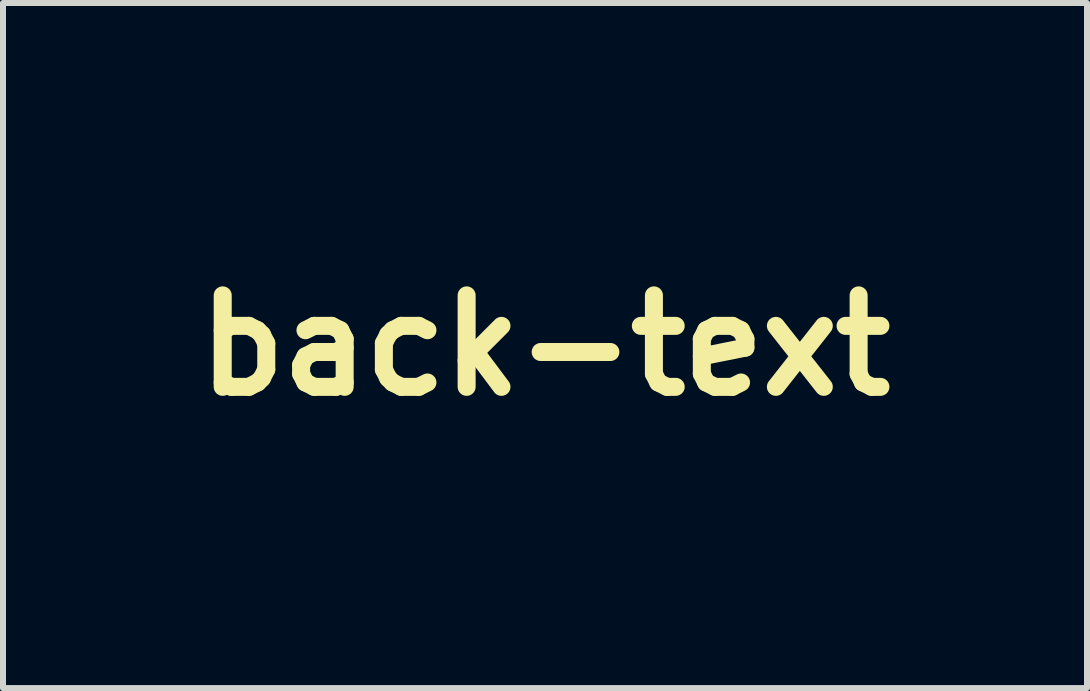
<source format=kicad_pcb>
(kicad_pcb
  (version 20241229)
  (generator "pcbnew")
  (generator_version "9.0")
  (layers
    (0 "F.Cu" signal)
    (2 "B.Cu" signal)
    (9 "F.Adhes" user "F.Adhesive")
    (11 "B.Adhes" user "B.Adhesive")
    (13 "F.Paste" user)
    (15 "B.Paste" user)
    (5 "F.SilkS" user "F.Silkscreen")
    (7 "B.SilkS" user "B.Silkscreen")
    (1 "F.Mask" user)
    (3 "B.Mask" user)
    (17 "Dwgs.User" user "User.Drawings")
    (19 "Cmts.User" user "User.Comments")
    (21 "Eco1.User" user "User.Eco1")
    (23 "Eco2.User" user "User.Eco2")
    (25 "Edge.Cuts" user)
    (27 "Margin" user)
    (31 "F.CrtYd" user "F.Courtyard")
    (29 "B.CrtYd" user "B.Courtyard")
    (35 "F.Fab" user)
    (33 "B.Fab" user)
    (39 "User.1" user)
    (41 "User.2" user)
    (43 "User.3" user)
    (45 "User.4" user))
  (footprint "back-text"
    (layer "F.Cu")
    (at 6.031 2.706)
    (property "Reference" "back-text" (at 0 0 0) (layer "F.SilkS") (effects (font (size 1.524 1.524) (thickness 0.3))))
    (attr through_hole)
    (fp_poly (pts (xy -0.144 -0.366) (xy -0.26 -0.366) (xy -0.26 -0.636) (xy -0.821 -0.636) (xy -0.821 -0.366) (xy -0.939 -0.366) (xy -0.939 -0.772) (xy -0.26 -0.772) (xy -0.26 -1.032) (xy -0.144 -1.032) (xy -0.144 -0.366)) (stroke (width 0.01) (type solid)) (fill yes) (layer "F.Mask"))
    (fp_poly (pts (xy -0.144 1.79) (xy -0.26 1.79) (xy -0.26 1.52) (xy -0.54 1.52) (xy -0.82 1.52) (xy -0.821 1.79) (xy -0.939 1.79) (xy -0.939 1.385) (xy -0.26 1.385) (xy -0.26 1.125) (xy -0.144 1.125) (xy -0.144 1.79)) (stroke (width 0.01) (type solid)) (fill yes) (layer "F.Mask"))
    (fp_poly (pts (xy -1.131 1.376) (xy -1.119 1.38) (xy -1.108 1.385) (xy -1.098 1.391) (xy -1.089 1.399) (xy -1.083 1.408) (xy -1.078 1.417) (xy -1.074 1.428) (xy -1.072 1.439) (xy -1.071 1.452) (xy -1.071 1.465) (xy -1.072 1.477) (xy -1.074 1.486) (xy -1.078 1.498) (xy -1.084 1.508) (xy -1.092 1.517) (xy -1.101 1.525) (xy -1.112 1.531) (xy -1.124 1.535) (xy -1.124 1.535) (xy -1.13 1.536) (xy -1.138 1.537) (xy -1.147 1.537) (xy -1.155 1.537) (xy -1.163 1.537) (xy -1.166 1.536) (xy -1.178 1.533) (xy -1.189 1.528) (xy -1.199 1.522) (xy -1.208 1.514) (xy -1.215 1.506) (xy -1.218 1.499) (xy -1.222 1.492) (xy -1.224 1.484) (xy -1.226 1.477) (xy -1.226 1.468) (xy -1.227 1.458) (xy -1.227 1.456) (xy -1.226 1.444) (xy -1.225 1.434) (xy -1.223 1.424) (xy -1.22 1.416) (xy -1.215 1.409) (xy -1.209 1.401) (xy -1.206 1.398) (xy -1.196 1.39) (xy -1.187 1.384) (xy -1.177 1.38) (xy -1.171 1.378) (xy -1.158 1.376) (xy -1.144 1.375) (xy -1.131 1.376)) (stroke (width 0.01) (type solid)) (fill yes) (layer "F.Mask"))
    (fp_poly (pts (xy -1.135 -0.781) (xy -1.125 -0.779) (xy -1.115 -0.775) (xy -1.11 -0.773) (xy -1.099 -0.767) (xy -1.09 -0.759) (xy -1.083 -0.749) (xy -1.077 -0.738) (xy -1.073 -0.726) (xy -1.073 -0.725) (xy -1.072 -0.718) (xy -1.071 -0.709) (xy -1.071 -0.7) (xy -1.071 -0.691) (xy -1.072 -0.682) (xy -1.073 -0.675) (xy -1.073 -0.673) (xy -1.078 -0.661) (xy -1.083 -0.65) (xy -1.091 -0.641) (xy -1.1 -0.633) (xy -1.11 -0.627) (xy -1.119 -0.623) (xy -1.123 -0.622) (xy -1.127 -0.621) (xy -1.131 -0.621) (xy -1.135 -0.62) (xy -1.142 -0.62) (xy -1.145 -0.62) (xy -1.155 -0.62) (xy -1.162 -0.62) (xy -1.168 -0.621) (xy -1.168 -0.621) (xy -1.181 -0.625) (xy -1.193 -0.631) (xy -1.203 -0.638) (xy -1.211 -0.647) (xy -1.218 -0.657) (xy -1.223 -0.669) (xy -1.224 -0.673) (xy -1.226 -0.681) (xy -1.227 -0.689) (xy -1.227 -0.698) (xy -1.227 -0.708) (xy -1.226 -0.717) (xy -1.225 -0.724) (xy -1.224 -0.726) (xy -1.22 -0.738) (xy -1.215 -0.748) (xy -1.208 -0.757) (xy -1.199 -0.765) (xy -1.198 -0.766) (xy -1.187 -0.773) (xy -1.176 -0.777) (xy -1.163 -0.78) (xy -1.15 -0.781) (xy -1.147 -0.781) (xy -1.135 -0.781)) (stroke (width 0.01) (type solid)) (fill yes) (layer "F.Mask"))
    (fp_poly (pts (xy -0.216 -0.149) (xy -0.201 -0.146) (xy -0.188 -0.142) (xy -0.176 -0.135) (xy -0.164 -0.127) (xy -0.157 -0.12) (xy -0.148 -0.109) (xy -0.141 -0.097) (xy -0.135 -0.083) (xy -0.132 -0.068) (xy -0.13 -0.051) (xy -0.13 -0.042) (xy -0.131 -0.025) (xy -0.133 -0.01) (xy -0.138 0.005) (xy -0.144 0.018) (xy -0.152 0.029) (xy -0.162 0.039) (xy -0.173 0.048) (xy -0.182 0.053) (xy -0.189 0.056) (xy -0.196 0.059) (xy -0.202 0.061) (xy -0.21 0.062) (xy -0.218 0.063) (xy -0.228 0.063) (xy -0.229 0.063) (xy -0.237 0.063) (xy -0.243 0.063) (xy -0.248 0.063) (xy -0.252 0.062) (xy -0.256 0.062) (xy -0.258 0.061) (xy -0.272 0.057) (xy -0.284 0.052) (xy -0.291 0.048) (xy -0.303 0.039) (xy -0.313 0.029) (xy -0.321 0.018) (xy -0.327 0.006) (xy -0.332 -0.008) (xy -0.333 -0.01) (xy -0.334 -0.014) (xy -0.334 -0.018) (xy -0.335 -0.021) (xy -0.335 -0.025) (xy -0.335 -0.031) (xy -0.336 -0.037) (xy -0.336 -0.042) (xy -0.336 -0.05) (xy -0.335 -0.056) (xy -0.335 -0.061) (xy -0.335 -0.065) (xy -0.334 -0.068) (xy -0.333 -0.072) (xy -0.333 -0.075) (xy -0.329 -0.087) (xy -0.324 -0.097) (xy -0.319 -0.107) (xy -0.315 -0.112) (xy -0.305 -0.123) (xy -0.293 -0.132) (xy -0.281 -0.14) (xy -0.267 -0.145) (xy -0.252 -0.148) (xy -0.236 -0.15) (xy -0.232 -0.15) (xy -0.216 -0.149)) (stroke (width 0.01) (type solid)) (fill yes) (layer "F.Mask"))
    (fp_poly (pts (xy 1.214 0.671) (xy 0.814 0.879) (xy 0.414 1.087) (xy 0.58 1.087) (xy 0.604 1.087) (xy 0.628 1.087) (xy 0.655 1.088) (xy 0.682 1.088) (xy 0.711 1.088) (xy 0.74 1.088) (xy 0.768 1.088) (xy 0.797 1.088) (xy 0.825 1.088) (xy 0.851 1.088) (xy 0.877 1.088) (xy 0.901 1.088) (xy 0.911 1.088) (xy 0.931 1.088) (xy 0.952 1.088) (xy 0.973 1.088) (xy 0.994 1.088) (xy 1.014 1.088) (xy 1.034 1.088) (xy 1.053 1.088) (xy 1.072 1.089) (xy 1.089 1.089) (xy 1.105 1.089) (xy 1.119 1.089) (xy 1.131 1.089) (xy 1.142 1.089) (xy 1.144 1.089) (xy 1.214 1.09) (xy 1.214 1.226) (xy 0.144 1.226) (xy 0.144 1.088) (xy 0.543 0.881) (xy 0.942 0.673) (xy 0.863 0.673) (xy 0.851 0.672) (xy 0.838 0.672) (xy 0.822 0.672) (xy 0.805 0.672) (xy 0.787 0.672) (xy 0.768 0.672) (xy 0.748 0.672) (xy 0.727 0.672) (xy 0.707 0.672) (xy 0.686 0.672) (xy 0.666 0.672) (xy 0.646 0.672) (xy 0.64 0.672) (xy 0.621 0.672) (xy 0.599 0.672) (xy 0.576 0.672) (xy 0.552 0.672) (xy 0.527 0.671) (xy 0.501 0.671) (xy 0.474 0.671) (xy 0.447 0.671) (xy 0.421 0.671) (xy 0.395 0.671) (xy 0.369 0.671) (xy 0.345 0.671) (xy 0.322 0.671) (xy 0.32 0.671) (xy 0.144 0.67) (xy 0.144 0.533) (xy 1.214 0.533) (xy 1.214 0.671)) (stroke (width 0.01) (type solid)) (fill yes) (layer "F.Mask"))
    (fp_poly (pts (xy -1.211 -2.701) (xy -1.208 -2.699) (xy -1.203 -2.697) (xy -1.196 -2.695) (xy -1.187 -2.691) (xy -1.176 -2.687) (xy -1.163 -2.682) (xy -1.149 -2.677) (xy -1.133 -2.671) (xy -1.116 -2.664) (xy -1.097 -2.657) (xy -1.077 -2.649) (xy -1.055 -2.641) (xy -1.032 -2.632) (xy -1.007 -2.623) (xy -0.982 -2.613) (xy -0.955 -2.603) (xy -0.927 -2.592) (xy -0.899 -2.581) (xy -0.869 -2.569) (xy -0.838 -2.558) (xy -0.807 -2.546) (xy -0.774 -2.533) (xy -0.741 -2.521) (xy -0.708 -2.508) (xy -0.673 -2.494) (xy -0.639 -2.481) (xy -0.632 -2.479) (xy -0.053 -2.256) (xy -0.052 -2.195) (xy -0.052 -2.184) (xy -0.052 -2.173) (xy -0.052 -2.163) (xy -0.052 -2.155) (xy -0.052 -2.147) (xy -0.053 -2.141) (xy -0.053 -2.137) (xy -0.053 -2.135) (xy -0.053 -2.135) (xy -0.054 -2.135) (xy -0.057 -2.136) (xy -0.062 -2.138) (xy -0.069 -2.141) (xy -0.078 -2.144) (xy -0.089 -2.149) (xy -0.102 -2.153) (xy -0.116 -2.159) (xy -0.132 -2.165) (xy -0.149 -2.172) (xy -0.168 -2.179) (xy -0.188 -2.187) (xy -0.21 -2.195) (xy -0.233 -2.204) (xy -0.257 -2.213) (xy -0.283 -2.223) (xy -0.31 -2.233) (xy -0.337 -2.244) (xy -0.366 -2.255) (xy -0.396 -2.266) (xy -0.427 -2.278) (xy -0.458 -2.29) (xy -0.49 -2.303) (xy -0.523 -2.316) (xy -0.557 -2.328) (xy -0.591 -2.342) (xy -0.626 -2.355) (xy -0.633 -2.358) (xy -1.212 -2.581) (xy -1.213 -2.641) (xy -1.213 -2.652) (xy -1.213 -2.663) (xy -1.213 -2.673) (xy -1.213 -2.681) (xy -1.212 -2.689) (xy -1.212 -2.695) (xy -1.212 -2.699) (xy -1.212 -2.701) (xy -1.212 -2.701) (xy -1.211 -2.701)) (stroke (width 0.01) (type solid)) (fill yes) (layer "F.Mask"))
    (fp_poly (pts (xy -0.167 0.3) (xy -0.162 0.31) (xy -0.158 0.319) (xy -0.154 0.33) (xy -0.151 0.342) (xy -0.147 0.355) (xy -0.144 0.37) (xy -0.142 0.378) (xy -0.139 0.395) (xy -0.136 0.411) (xy -0.134 0.425) (xy -0.132 0.44) (xy -0.131 0.454) (xy -0.13 0.469) (xy -0.13 0.485) (xy -0.13 0.503) (xy -0.13 0.506) (xy -0.13 0.516) (xy -0.13 0.525) (xy -0.13 0.533) (xy -0.13 0.539) (xy -0.13 0.544) (xy -0.131 0.549) (xy -0.131 0.553) (xy -0.132 0.557) (xy -0.132 0.56) (xy -0.137 0.583) (xy -0.142 0.604) (xy -0.15 0.624) (xy -0.158 0.642) (xy -0.168 0.659) (xy -0.18 0.675) (xy -0.19 0.687) (xy -0.206 0.701) (xy -0.223 0.714) (xy -0.241 0.726) (xy -0.261 0.736) (xy -0.282 0.744) (xy -0.305 0.75) (xy -0.317 0.753) (xy -0.321 0.754) (xy -0.325 0.755) (xy -0.328 0.755) (xy -0.332 0.756) (xy -0.335 0.757) (xy -0.338 0.757) (xy -0.342 0.758) (xy -0.346 0.758) (xy -0.35 0.758) (xy -0.354 0.759) (xy -0.36 0.759) (xy -0.366 0.759) (xy -0.372 0.76) (xy -0.38 0.76) (xy -0.388 0.76) (xy -0.398 0.76) (xy -0.409 0.76) (xy -0.421 0.76) (xy -0.434 0.76) (xy -0.449 0.76) (xy -0.465 0.76) (xy -0.483 0.761) (xy -0.503 0.761) (xy -0.525 0.761) (xy -0.549 0.761) (xy -0.575 0.761) (xy -0.599 0.761) (xy -0.833 0.761) (xy -0.833 0.969) (xy -0.939 0.969) (xy -0.939 0.761) (xy -1.131 0.761) (xy -1.131 0.624) (xy -0.939 0.624) (xy -0.939 0.322) (xy -0.833 0.322) (xy -0.833 0.624) (xy -0.578 0.624) (xy -0.553 0.624) (xy -0.53 0.624) (xy -0.509 0.624) (xy -0.489 0.624) (xy -0.472 0.624) (xy -0.456 0.624) (xy -0.441 0.624) (xy -0.428 0.624) (xy -0.417 0.624) (xy -0.407 0.624) (xy -0.398 0.623) (xy -0.39 0.623) (xy -0.383 0.623) (xy -0.377 0.623) (xy -0.371 0.623) (xy -0.367 0.622) (xy -0.363 0.622) (xy -0.359 0.622) (xy -0.356 0.621) (xy -0.354 0.621) (xy -0.351 0.62) (xy -0.349 0.62) (xy -0.346 0.619) (xy -0.344 0.618) (xy -0.341 0.618) (xy -0.324 0.612) (xy -0.309 0.605) (xy -0.295 0.597) (xy -0.283 0.587) (xy -0.273 0.576) (xy -0.264 0.563) (xy -0.257 0.549) (xy -0.251 0.533) (xy -0.247 0.515) (xy -0.245 0.496) (xy -0.244 0.475) (xy -0.244 0.453) (xy -0.245 0.451) (xy -0.245 0.439) (xy -0.247 0.426) (xy -0.249 0.411) (xy -0.251 0.396) (xy -0.253 0.38) (xy -0.256 0.364) (xy -0.259 0.349) (xy -0.262 0.335) (xy -0.263 0.328) (xy -0.265 0.322) (xy -0.266 0.317) (xy -0.266 0.313) (xy -0.267 0.311) (xy -0.267 0.311) (xy -0.266 0.31) (xy -0.263 0.31) (xy -0.258 0.309) (xy -0.251 0.307) (xy -0.244 0.306) (xy -0.235 0.304) (xy -0.225 0.302) (xy -0.219 0.301) (xy -0.171 0.291) (xy -0.167 0.3)) (stroke (width 0.01) (type solid)) (fill yes) (layer "F.Mask"))
    (fp_poly (pts (xy 0.421 1.372) (xy 0.424 1.373) (xy 0.429 1.375) (xy 0.436 1.378) (xy 0.445 1.381) (xy 0.455 1.386) (xy 0.468 1.391) (xy 0.481 1.396) (xy 0.497 1.402) (xy 0.513 1.409) (xy 0.531 1.417) (xy 0.551 1.424) (xy 0.571 1.433) (xy 0.593 1.442) (xy 0.616 1.451) (xy 0.64 1.461) (xy 0.665 1.471) (xy 0.69 1.481) (xy 0.717 1.492) (xy 0.744 1.503) (xy 0.772 1.515) (xy 0.8 1.526) (xy 0.817 1.533) (xy 1.214 1.695) (xy 1.214 1.746) (xy 1.214 1.759) (xy 1.214 1.77) (xy 1.214 1.778) (xy 1.214 1.785) (xy 1.214 1.791) (xy 1.213 1.794) (xy 1.213 1.797) (xy 1.213 1.798) (xy 1.213 1.799) (xy 1.211 1.799) (xy 1.208 1.8) (xy 1.203 1.803) (xy 1.196 1.805) (xy 1.187 1.809) (xy 1.177 1.813) (xy 1.165 1.818) (xy 1.151 1.824) (xy 1.136 1.83) (xy 1.119 1.837) (xy 1.101 1.845) (xy 1.081 1.853) (xy 1.061 1.861) (xy 1.039 1.87) (xy 1.016 1.879) (xy 0.992 1.889) (xy 0.968 1.899) (xy 0.942 1.91) (xy 0.915 1.921) (xy 0.888 1.932) (xy 0.86 1.943) (xy 0.832 1.955) (xy 0.816 1.962) (xy 0.787 1.974) (xy 0.759 1.985) (xy 0.731 1.997) (xy 0.705 2.008) (xy 0.678 2.018) (xy 0.653 2.029) (xy 0.629 2.039) (xy 0.605 2.048) (xy 0.583 2.057) (xy 0.562 2.066) (xy 0.542 2.074) (xy 0.523 2.082) (xy 0.505 2.089) (xy 0.489 2.096) (xy 0.475 2.102) (xy 0.462 2.107) (xy 0.45 2.112) (xy 0.441 2.116) (xy 0.433 2.119) (xy 0.426 2.122) (xy 0.422 2.123) (xy 0.42 2.124) (xy 0.42 2.124) (xy 0.42 2.123) (xy 0.419 2.12) (xy 0.419 2.115) (xy 0.419 2.108) (xy 0.419 2.1) (xy 0.419 2.091) (xy 0.419 2.08) (xy 0.419 2.069) (xy 0.419 2.056) (xy 0.419 1.986) (xy 0.719 1.872) (xy 0.749 1.86) (xy 0.777 1.85) (xy 0.803 1.84) (xy 0.827 1.831) (xy 0.849 1.822) (xy 0.87 1.815) (xy 0.889 1.807) (xy 0.906 1.801) (xy 0.922 1.795) (xy 0.936 1.79) (xy 0.949 1.785) (xy 0.961 1.78) (xy 0.972 1.776) (xy 0.981 1.773) (xy 0.99 1.769) (xy 0.998 1.767) (xy 1.004 1.764) (xy 1.01 1.762) (xy 1.015 1.76) (xy 1.02 1.759) (xy 1.024 1.757) (xy 1.028 1.756) (xy 1.031 1.755) (xy 1.034 1.754) (xy 1.036 1.754) (xy 1.039 1.753) (xy 1.041 1.752) (xy 1.043 1.752) (xy 1.05 1.75) (xy 1.056 1.748) (xy 1.061 1.747) (xy 1.064 1.746) (xy 1.066 1.745) (xy 1.066 1.745) (xy 1.065 1.744) (xy 1.061 1.744) (xy 1.057 1.742) (xy 1.051 1.741) (xy 1.044 1.739) (xy 1.043 1.738) (xy 1.041 1.738) (xy 1.038 1.737) (xy 1.035 1.736) (xy 1.031 1.735) (xy 1.027 1.733) (xy 1.022 1.732) (xy 1.017 1.73) (xy 1.01 1.728) (xy 1.003 1.725) (xy 0.995 1.722) (xy 0.986 1.719) (xy 0.976 1.716) (xy 0.965 1.711) (xy 0.953 1.707) (xy 0.939 1.702) (xy 0.924 1.696) (xy 0.907 1.69) (xy 0.889 1.683) (xy 0.869 1.676) (xy 0.848 1.668) (xy 0.825 1.66) (xy 0.8 1.65) (xy 0.773 1.64) (xy 0.744 1.63) (xy 0.72 1.621) (xy 0.419 1.509) (xy 0.419 1.44) (xy 0.419 1.428) (xy 0.419 1.416) (xy 0.419 1.406) (xy 0.419 1.396) (xy 0.419 1.388) (xy 0.419 1.381) (xy 0.42 1.376) (xy 0.42 1.373) (xy 0.42 1.371) (xy 0.42 1.371) (xy 0.421 1.372)) (stroke (width 0.01) (type solid)) (fill yes) (layer "F.Mask"))
    (fp_poly (pts (xy 0.695 -1.235) (xy 0.709 -1.235) (xy 0.721 -1.235) (xy 0.731 -1.235) (xy 0.741 -1.235) (xy 0.749 -1.234) (xy 0.756 -1.234) (xy 0.763 -1.234) (xy 0.77 -1.233) (xy 0.777 -1.233) (xy 0.783 -1.232) (xy 0.791 -1.231) (xy 0.798 -1.23) (xy 0.802 -1.23) (xy 0.836 -1.225) (xy 0.868 -1.218) (xy 0.9 -1.209) (xy 0.931 -1.198) (xy 0.96 -1.186) (xy 0.988 -1.172) (xy 1.015 -1.156) (xy 1.04 -1.139) (xy 1.053 -1.13) (xy 1.075 -1.11) (xy 1.096 -1.089) (xy 1.116 -1.066) (xy 1.133 -1.042) (xy 1.15 -1.017) (xy 1.164 -0.99) (xy 1.177 -0.962) (xy 1.187 -0.933) (xy 1.196 -0.903) (xy 1.203 -0.872) (xy 1.205 -0.86) (xy 1.207 -0.853) (xy 1.208 -0.846) (xy 1.209 -0.839) (xy 1.21 -0.833) (xy 1.21 -0.826) (xy 1.211 -0.819) (xy 1.212 -0.811) (xy 1.212 -0.803) (xy 1.212 -0.795) (xy 1.213 -0.785) (xy 1.213 -0.775) (xy 1.213 -0.763) (xy 1.214 -0.75) (xy 1.214 -0.736) (xy 1.214 -0.72) (xy 1.214 -0.703) (xy 1.214 -0.683) (xy 1.214 -0.662) (xy 1.214 -0.643) (xy 1.214 -0.514) (xy 0.144 -0.514) (xy 0.144 -0.644) (xy 0.144 -0.652) (xy 0.255 -0.652) (xy 1.103 -0.652) (xy 1.103 -0.725) (xy 1.103 -0.741) (xy 1.102 -0.755) (xy 1.102 -0.766) (xy 1.102 -0.777) (xy 1.102 -0.785) (xy 1.102 -0.792) (xy 1.101 -0.798) (xy 1.101 -0.803) (xy 1.101 -0.807) (xy 1.1 -0.81) (xy 1.1 -0.811) (xy 1.097 -0.834) (xy 1.092 -0.855) (xy 1.087 -0.875) (xy 1.081 -0.894) (xy 1.073 -0.912) (xy 1.064 -0.929) (xy 1.054 -0.946) (xy 1.05 -0.952) (xy 1.035 -0.972) (xy 1.018 -0.992) (xy 1 -1.009) (xy 0.98 -1.026) (xy 0.957 -1.04) (xy 0.944 -1.049) (xy 0.924 -1.059) (xy 0.902 -1.068) (xy 0.878 -1.076) (xy 0.853 -1.083) (xy 0.827 -1.089) (xy 0.808 -1.092) (xy 0.8 -1.093) (xy 0.793 -1.095) (xy 0.786 -1.096) (xy 0.779 -1.096) (xy 0.773 -1.097) (xy 0.766 -1.098) (xy 0.758 -1.098) (xy 0.751 -1.098) (xy 0.742 -1.099) (xy 0.732 -1.099) (xy 0.72 -1.099) (xy 0.707 -1.099) (xy 0.693 -1.099) (xy 0.678 -1.099) (xy 0.662 -1.099) (xy 0.648 -1.099) (xy 0.635 -1.099) (xy 0.625 -1.099) (xy 0.615 -1.099) (xy 0.607 -1.098) (xy 0.599 -1.098) (xy 0.592 -1.098) (xy 0.586 -1.097) (xy 0.579 -1.097) (xy 0.573 -1.096) (xy 0.566 -1.095) (xy 0.559 -1.094) (xy 0.553 -1.093) (xy 0.522 -1.087) (xy 0.493 -1.08) (xy 0.465 -1.071) (xy 0.439 -1.061) (xy 0.415 -1.048) (xy 0.392 -1.035) (xy 0.371 -1.019) (xy 0.351 -1.002) (xy 0.347 -0.999) (xy 0.33 -0.981) (xy 0.315 -0.962) (xy 0.301 -0.941) (xy 0.289 -0.918) (xy 0.279 -0.895) (xy 0.271 -0.87) (xy 0.264 -0.844) (xy 0.262 -0.832) (xy 0.26 -0.826) (xy 0.259 -0.819) (xy 0.259 -0.813) (xy 0.258 -0.807) (xy 0.257 -0.801) (xy 0.257 -0.794) (xy 0.256 -0.787) (xy 0.256 -0.779) (xy 0.256 -0.769) (xy 0.256 -0.758) (xy 0.255 -0.745) (xy 0.255 -0.731) (xy 0.255 -0.721) (xy 0.255 -0.652) (xy 0.144 -0.652) (xy 0.144 -0.663) (xy 0.144 -0.681) (xy 0.144 -0.699) (xy 0.144 -0.715) (xy 0.144 -0.731) (xy 0.144 -0.745) (xy 0.144 -0.757) (xy 0.144 -0.768) (xy 0.145 -0.777) (xy 0.145 -0.785) (xy 0.145 -0.79) (xy 0.145 -0.793) (xy 0.147 -0.822) (xy 0.151 -0.851) (xy 0.156 -0.878) (xy 0.163 -0.904) (xy 0.165 -0.912) (xy 0.175 -0.943) (xy 0.187 -0.973) (xy 0.201 -1.001) (xy 0.216 -1.028) (xy 0.233 -1.053) (xy 0.249 -1.073) (xy 0.254 -1.079) (xy 0.26 -1.086) (xy 0.268 -1.094) (xy 0.276 -1.101) (xy 0.284 -1.109) (xy 0.291 -1.117) (xy 0.299 -1.123) (xy 0.305 -1.129) (xy 0.306 -1.129) (xy 0.331 -1.148) (xy 0.356 -1.164) (xy 0.384 -1.179) (xy 0.413 -1.192) (xy 0.443 -1.204) (xy 0.474 -1.213) (xy 0.507 -1.221) (xy 0.541 -1.227) (xy 0.544 -1.228) (xy 0.553 -1.229) (xy 0.561 -1.23) (xy 0.569 -1.231) (xy 0.577 -1.232) (xy 0.584 -1.233) (xy 0.592 -1.233) (xy 0.601 -1.234) (xy 0.61 -1.234) (xy 0.62 -1.235) (xy 0.631 -1.235) (xy 0.644 -1.235) (xy 0.658 -1.235) (xy 0.675 -1.235) (xy 0.679 -1.235) (xy 0.695 -1.235)) (stroke (width 0.01) (type solid)) (fill yes) (layer "F.Mask"))
    (fp_poly (pts (xy -0.518 -1.895) (xy -0.498 -1.894) (xy -0.48 -1.893) (xy -0.449 -1.889) (xy -0.419 -1.883) (xy -0.39 -1.876) (xy -0.362 -1.867) (xy -0.335 -1.856) (xy -0.31 -1.843) (xy -0.286 -1.829) (xy -0.264 -1.814) (xy -0.243 -1.797) (xy -0.223 -1.778) (xy -0.206 -1.759) (xy -0.189 -1.737) (xy -0.175 -1.715) (xy -0.163 -1.691) (xy -0.152 -1.667) (xy -0.149 -1.658) (xy -0.142 -1.635) (xy -0.136 -1.611) (xy -0.132 -1.586) (xy -0.132 -1.585) (xy -0.131 -1.579) (xy -0.13 -1.57) (xy -0.13 -1.56) (xy -0.13 -1.549) (xy -0.13 -1.537) (xy -0.13 -1.526) (xy -0.13 -1.514) (xy -0.13 -1.504) (xy -0.131 -1.494) (xy -0.131 -1.486) (xy -0.132 -1.483) (xy -0.137 -1.455) (xy -0.143 -1.428) (xy -0.152 -1.402) (xy -0.162 -1.378) (xy -0.174 -1.354) (xy -0.188 -1.332) (xy -0.204 -1.311) (xy -0.222 -1.29) (xy -0.229 -1.284) (xy -0.248 -1.266) (xy -0.27 -1.249) (xy -0.293 -1.234) (xy -0.317 -1.221) (xy -0.344 -1.209) (xy -0.371 -1.198) (xy -0.399 -1.19) (xy -0.428 -1.183) (xy -0.458 -1.178) (xy -0.49 -1.174) (xy -0.523 -1.172) (xy -0.557 -1.172) (xy -0.579 -1.173) (xy -0.61 -1.176) (xy -0.641 -1.181) (xy -0.671 -1.187) (xy -0.7 -1.195) (xy -0.727 -1.205) (xy -0.754 -1.216) (xy -0.78 -1.229) (xy -0.804 -1.244) (xy -0.819 -1.255) (xy -0.84 -1.273) (xy -0.86 -1.291) (xy -0.878 -1.312) (xy -0.894 -1.333) (xy -0.908 -1.357) (xy -0.921 -1.381) (xy -0.931 -1.406) (xy -0.935 -1.418) (xy -0.943 -1.443) (xy -0.948 -1.468) (xy -0.951 -1.495) (xy -0.953 -1.522) (xy -0.953 -1.538) (xy -0.841 -1.538) (xy -0.841 -1.532) (xy -0.841 -1.523) (xy -0.841 -1.516) (xy -0.841 -1.51) (xy -0.84 -1.505) (xy -0.84 -1.501) (xy -0.839 -1.498) (xy -0.839 -1.494) (xy -0.838 -1.489) (xy -0.833 -1.469) (xy -0.826 -1.451) (xy -0.817 -1.433) (xy -0.806 -1.417) (xy -0.793 -1.4) (xy -0.778 -1.385) (xy -0.778 -1.385) (xy -0.762 -1.371) (xy -0.744 -1.358) (xy -0.724 -1.347) (xy -0.702 -1.337) (xy -0.679 -1.328) (xy -0.654 -1.321) (xy -0.629 -1.315) (xy -0.621 -1.314) (xy -0.612 -1.313) (xy -0.601 -1.311) (xy -0.591 -1.31) (xy -0.581 -1.309) (xy -0.575 -1.309) (xy -0.569 -1.309) (xy -0.562 -1.308) (xy -0.553 -1.308) (xy -0.544 -1.308) (xy -0.534 -1.308) (xy -0.524 -1.308) (xy -0.516 -1.309) (xy -0.508 -1.309) (xy -0.502 -1.309) (xy -0.501 -1.309) (xy -0.472 -1.312) (xy -0.445 -1.316) (xy -0.419 -1.322) (xy -0.395 -1.33) (xy -0.372 -1.338) (xy -0.351 -1.349) (xy -0.332 -1.36) (xy -0.314 -1.374) (xy -0.298 -1.388) (xy -0.284 -1.404) (xy -0.283 -1.405) (xy -0.271 -1.422) (xy -0.26 -1.439) (xy -0.252 -1.457) (xy -0.246 -1.476) (xy -0.242 -1.496) (xy -0.24 -1.517) (xy -0.239 -1.534) (xy -0.24 -1.555) (xy -0.242 -1.575) (xy -0.246 -1.594) (xy -0.252 -1.611) (xy -0.26 -1.628) (xy -0.27 -1.645) (xy -0.272 -1.648) (xy -0.283 -1.663) (xy -0.294 -1.676) (xy -0.307 -1.688) (xy -0.322 -1.7) (xy -0.331 -1.706) (xy -0.348 -1.717) (xy -0.366 -1.726) (xy -0.384 -1.734) (xy -0.404 -1.741) (xy -0.424 -1.747) (xy -0.444 -1.751) (xy -0.455 -1.753) (xy -0.464 -1.755) (xy -0.473 -1.756) (xy -0.481 -1.757) (xy -0.49 -1.758) (xy -0.499 -1.759) (xy -0.509 -1.759) (xy -0.52 -1.759) (xy -0.533 -1.759) (xy -0.54 -1.759) (xy -0.552 -1.759) (xy -0.561 -1.759) (xy -0.569 -1.759) (xy -0.576 -1.759) (xy -0.582 -1.759) (xy -0.587 -1.758) (xy -0.591 -1.758) (xy -0.596 -1.757) (xy -0.601 -1.757) (xy -0.629 -1.752) (xy -0.654 -1.746) (xy -0.679 -1.739) (xy -0.701 -1.731) (xy -0.723 -1.721) (xy -0.742 -1.71) (xy -0.745 -1.708) (xy -0.763 -1.695) (xy -0.78 -1.681) (xy -0.794 -1.665) (xy -0.807 -1.649) (xy -0.818 -1.631) (xy -0.827 -1.612) (xy -0.834 -1.592) (xy -0.839 -1.572) (xy -0.839 -1.568) (xy -0.84 -1.564) (xy -0.84 -1.559) (xy -0.841 -1.553) (xy -0.841 -1.546) (xy -0.841 -1.538) (xy -0.953 -1.538) (xy -0.953 -1.549) (xy -0.951 -1.576) (xy -0.947 -1.603) (xy -0.941 -1.628) (xy -0.935 -1.651) (xy -0.925 -1.677) (xy -0.913 -1.702) (xy -0.899 -1.725) (xy -0.884 -1.748) (xy -0.867 -1.769) (xy -0.848 -1.788) (xy -0.827 -1.806) (xy -0.809 -1.82) (xy -0.785 -1.835) (xy -0.76 -1.849) (xy -0.733 -1.861) (xy -0.705 -1.871) (xy -0.676 -1.88) (xy -0.646 -1.887) (xy -0.617 -1.891) (xy -0.599 -1.893) (xy -0.58 -1.894) (xy -0.559 -1.895) (xy -0.539 -1.895) (xy -0.518 -1.895)) (stroke (width 0.01) (type solid)) (fill yes) (layer "F.Mask"))
    (fp_poly (pts (xy 0.719 -0.335) (xy 0.742 -0.335) (xy 0.764 -0.335) (xy 0.785 -0.335) (xy 0.803 -0.335) (xy 0.82 -0.335) (xy 0.836 -0.335) (xy 0.849 -0.335) (xy 0.862 -0.334) (xy 0.873 -0.334) (xy 0.883 -0.334) (xy 0.891 -0.334) (xy 0.898 -0.334) (xy 0.904 -0.333) (xy 0.908 -0.333) (xy 0.912 -0.333) (xy 0.914 -0.333) (xy 0.942 -0.328) (xy 0.968 -0.322) (xy 0.993 -0.314) (xy 1.017 -0.305) (xy 1.04 -0.294) (xy 1.051 -0.288) (xy 1.075 -0.274) (xy 1.097 -0.259) (xy 1.118 -0.241) (xy 1.137 -0.222) (xy 1.155 -0.202) (xy 1.171 -0.18) (xy 1.185 -0.157) (xy 1.197 -0.133) (xy 1.208 -0.108) (xy 1.216 -0.082) (xy 1.22 -0.066) (xy 1.223 -0.052) (xy 1.225 -0.039) (xy 1.226 -0.025) (xy 1.227 -0.011) (xy 1.228 0.005) (xy 1.228 0.013) (xy 1.227 0.037) (xy 1.226 0.06) (xy 1.223 0.081) (xy 1.219 0.102) (xy 1.213 0.123) (xy 1.207 0.141) (xy 1.201 0.155) (xy 1.194 0.169) (xy 1.186 0.184) (xy 1.178 0.199) (xy 1.169 0.213) (xy 1.16 0.226) (xy 1.156 0.231) (xy 1.139 0.251) (xy 1.12 0.269) (xy 1.1 0.286) (xy 1.078 0.301) (xy 1.055 0.315) (xy 1.031 0.328) (xy 1.005 0.338) (xy 0.979 0.347) (xy 0.953 0.354) (xy 0.952 0.354) (xy 0.943 0.356) (xy 0.933 0.357) (xy 0.924 0.359) (xy 0.915 0.36) (xy 0.906 0.361) (xy 0.896 0.362) (xy 0.885 0.362) (xy 0.873 0.363) (xy 0.86 0.363) (xy 0.846 0.363) (xy 0.829 0.363) (xy 0.818 0.363) (xy 0.812 0.363) (xy 0.804 0.363) (xy 0.794 0.363) (xy 0.781 0.363) (xy 0.768 0.363) (xy 0.752 0.363) (xy 0.735 0.363) (xy 0.716 0.363) (xy 0.697 0.363) (xy 0.675 0.363) (xy 0.653 0.363) (xy 0.63 0.363) (xy 0.606 0.363) (xy 0.581 0.363) (xy 0.555 0.363) (xy 0.529 0.363) (xy 0.502 0.362) (xy 0.476 0.362) (xy 0.454 0.362) (xy 0.427 0.362) (xy 0.402 0.362) (xy 0.376 0.362) (xy 0.352 0.362) (xy 0.329 0.362) (xy 0.306 0.362) (xy 0.285 0.362) (xy 0.265 0.362) (xy 0.246 0.362) (xy 0.228 0.362) (xy 0.212 0.362) (xy 0.197 0.362) (xy 0.184 0.362) (xy 0.173 0.362) (xy 0.163 0.362) (xy 0.155 0.362) (xy 0.149 0.361) (xy 0.146 0.361) (xy 0.144 0.361) (xy 0.144 0.361) (xy 0.144 0.36) (xy 0.144 0.357) (xy 0.144 0.352) (xy 0.144 0.345) (xy 0.144 0.337) (xy 0.144 0.328) (xy 0.144 0.317) (xy 0.144 0.306) (xy 0.144 0.297) (xy 0.144 0.233) (xy 0.152 0.233) (xy 0.154 0.233) (xy 0.158 0.233) (xy 0.164 0.233) (xy 0.172 0.233) (xy 0.182 0.233) (xy 0.194 0.232) (xy 0.207 0.232) (xy 0.222 0.232) (xy 0.239 0.232) (xy 0.257 0.232) (xy 0.277 0.232) (xy 0.298 0.232) (xy 0.32 0.232) (xy 0.343 0.232) (xy 0.367 0.232) (xy 0.393 0.232) (xy 0.419 0.231) (xy 0.445 0.231) (xy 0.473 0.231) (xy 0.501 0.231) (xy 0.519 0.231) (xy 0.55 0.231) (xy 0.58 0.231) (xy 0.61 0.231) (xy 0.638 0.231) (xy 0.665 0.23) (xy 0.691 0.23) (xy 0.716 0.23) (xy 0.739 0.23) (xy 0.761 0.23) (xy 0.781 0.23) (xy 0.8 0.23) (xy 0.818 0.23) (xy 0.834 0.229) (xy 0.848 0.229) (xy 0.86 0.229) (xy 0.87 0.229) (xy 0.878 0.229) (xy 0.884 0.229) (xy 0.888 0.229) (xy 0.89 0.229) (xy 0.914 0.226) (xy 0.937 0.221) (xy 0.958 0.216) (xy 0.978 0.208) (xy 0.993 0.202) (xy 1.007 0.194) (xy 1.019 0.187) (xy 1.03 0.18) (xy 1.041 0.172) (xy 1.051 0.163) (xy 1.057 0.156) (xy 1.071 0.14) (xy 1.083 0.123) (xy 1.093 0.105) (xy 1.101 0.087) (xy 1.107 0.067) (xy 1.111 0.046) (xy 1.112 0.04) (xy 1.113 0.031) (xy 1.113 0.021) (xy 1.113 0.01) (xy 1.113 -0.001) (xy 1.112 -0.012) (xy 1.111 -0.022) (xy 1.11 -0.028) (xy 1.105 -0.047) (xy 1.099 -0.066) (xy 1.09 -0.084) (xy 1.079 -0.101) (xy 1.067 -0.117) (xy 1.053 -0.132) (xy 1.037 -0.145) (xy 1.02 -0.157) (xy 1.001 -0.168) (xy 0.981 -0.177) (xy 0.96 -0.185) (xy 0.937 -0.192) (xy 0.928 -0.194) (xy 0.924 -0.194) (xy 0.921 -0.195) (xy 0.918 -0.196) (xy 0.915 -0.196) (xy 0.912 -0.197) (xy 0.909 -0.197) (xy 0.906 -0.198) (xy 0.902 -0.198) (xy 0.898 -0.198) (xy 0.894 -0.199) (xy 0.889 -0.199) (xy 0.884 -0.199) (xy 0.877 -0.199) (xy 0.87 -0.2) (xy 0.862 -0.2) (xy 0.853 -0.2) (xy 0.843 -0.2) (xy 0.832 -0.2) (xy 0.82 -0.201) (xy 0.806 -0.201) (xy 0.79 -0.201) (xy 0.774 -0.201) (xy 0.755 -0.201) (xy 0.735 -0.201) (xy 0.713 -0.201) (xy 0.689 -0.201) (xy 0.663 -0.201) (xy 0.635 -0.201) (xy 0.605 -0.202) (xy 0.6 -0.202) (xy 0.573 -0.202) (xy 0.547 -0.202) (xy 0.521 -0.202) (xy 0.494 -0.202) (xy 0.469 -0.202) (xy 0.443 -0.202) (xy 0.419 -0.202) (xy 0.395 -0.202) (xy 0.372 -0.202) (xy 0.35 -0.202) (xy 0.329 -0.202) (xy 0.309 -0.203) (xy 0.292 -0.203) (xy 0.275 -0.203) (xy 0.261 -0.203) (xy 0.248 -0.203) (xy 0.237 -0.203) (xy 0.231 -0.203) (xy 0.144 -0.203) (xy 0.144 -0.334) (xy 0.417 -0.335) (xy 0.459 -0.335) (xy 0.499 -0.335) (xy 0.536 -0.335) (xy 0.572 -0.335) (xy 0.605 -0.335) (xy 0.636 -0.335) (xy 0.666 -0.335) (xy 0.693 -0.335) (xy 0.719 -0.335)) (stroke (width 0.01) (type solid)) (fill yes) (layer "F.Mask"))
    (fp_poly (pts (xy 1.214 -2.122) (xy 1.214 -2.119) (xy 1.214 -2.114) (xy 1.214 -2.107) (xy 1.214 -2.099) (xy 1.214 -2.089) (xy 1.214 -2.078) (xy 1.214 -2.066) (xy 1.214 -2.054) (xy 1.214 -2.044) (xy 1.214 -1.965) (xy 1 -1.847) (xy 0.786 -1.729) (xy 0.789 -1.727) (xy 0.79 -1.726) (xy 0.794 -1.725) (xy 0.798 -1.722) (xy 0.805 -1.718) (xy 0.813 -1.713) (xy 0.823 -1.708) (xy 0.834 -1.702) (xy 0.847 -1.695) (xy 0.861 -1.687) (xy 0.876 -1.679) (xy 0.892 -1.67) (xy 0.909 -1.661) (xy 0.926 -1.651) (xy 0.945 -1.64) (xy 0.964 -1.63) (xy 0.984 -1.619) (xy 1.003 -1.608) (xy 1.214 -1.491) (xy 1.214 -1.411) (xy 1.214 -1.398) (xy 1.214 -1.385) (xy 1.214 -1.373) (xy 1.214 -1.363) (xy 1.214 -1.353) (xy 1.214 -1.345) (xy 1.214 -1.339) (xy 1.214 -1.334) (xy 1.214 -1.331) (xy 1.214 -1.331) (xy 1.213 -1.331) (xy 1.21 -1.333) (xy 1.205 -1.336) (xy 1.199 -1.339) (xy 1.191 -1.344) (xy 1.181 -1.35) (xy 1.17 -1.356) (xy 1.158 -1.364) (xy 1.144 -1.372) (xy 1.129 -1.381) (xy 1.113 -1.39) (xy 1.096 -1.4) (xy 1.077 -1.411) (xy 1.058 -1.422) (xy 1.038 -1.434) (xy 1.018 -1.447) (xy 0.996 -1.459) (xy 0.974 -1.472) (xy 0.951 -1.486) (xy 0.944 -1.49) (xy 0.922 -1.503) (xy 0.899 -1.516) (xy 0.878 -1.529) (xy 0.857 -1.542) (xy 0.836 -1.554) (xy 0.817 -1.565) (xy 0.798 -1.576) (xy 0.781 -1.586) (xy 0.764 -1.596) (xy 0.749 -1.605) (xy 0.734 -1.614) (xy 0.722 -1.621) (xy 0.71 -1.628) (xy 0.7 -1.634) (xy 0.691 -1.639) (xy 0.684 -1.643) (xy 0.679 -1.646) (xy 0.676 -1.648) (xy 0.674 -1.648) (xy 0.674 -1.649) (xy 0.673 -1.648) (xy 0.673 -1.648) (xy 0.672 -1.647) (xy 0.67 -1.647) (xy 0.668 -1.645) (xy 0.665 -1.644) (xy 0.662 -1.642) (xy 0.658 -1.639) (xy 0.653 -1.637) (xy 0.647 -1.633) (xy 0.641 -1.63) (xy 0.633 -1.625) (xy 0.625 -1.62) (xy 0.615 -1.615) (xy 0.605 -1.609) (xy 0.593 -1.602) (xy 0.58 -1.594) (xy 0.566 -1.586) (xy 0.55 -1.577) (xy 0.533 -1.567) (xy 0.515 -1.556) (xy 0.495 -1.544) (xy 0.473 -1.532) (xy 0.45 -1.518) (xy 0.425 -1.503) (xy 0.399 -1.488) (xy 0.37 -1.471) (xy 0.34 -1.454) (xy 0.314 -1.438) (xy 0.299 -1.43) (xy 0.284 -1.421) (xy 0.27 -1.412) (xy 0.256 -1.404) (xy 0.242 -1.396) (xy 0.229 -1.389) (xy 0.217 -1.382) (xy 0.206 -1.375) (xy 0.197 -1.37) (xy 0.189 -1.365) (xy 0.182 -1.361) (xy 0.179 -1.359) (xy 0.171 -1.355) (xy 0.164 -1.351) (xy 0.158 -1.347) (xy 0.153 -1.344) (xy 0.149 -1.342) (xy 0.147 -1.34) (xy 0.146 -1.34) (xy 0.144 -1.338) (xy 0.144 -1.498) (xy 0.353 -1.611) (xy 0.374 -1.622) (xy 0.393 -1.633) (xy 0.412 -1.644) (xy 0.431 -1.654) (xy 0.448 -1.663) (xy 0.465 -1.672) (xy 0.481 -1.681) (xy 0.495 -1.689) (xy 0.509 -1.696) (xy 0.521 -1.703) (xy 0.532 -1.709) (xy 0.541 -1.714) (xy 0.549 -1.718) (xy 0.555 -1.721) (xy 0.559 -1.724) (xy 0.562 -1.725) (xy 0.563 -1.726) (xy 0.562 -1.726) (xy 0.559 -1.728) (xy 0.554 -1.731) (xy 0.548 -1.734) (xy 0.54 -1.739) (xy 0.53 -1.744) (xy 0.519 -1.75) (xy 0.507 -1.757) (xy 0.494 -1.764) (xy 0.479 -1.772) (xy 0.463 -1.781) (xy 0.446 -1.79) (xy 0.429 -1.8) (xy 0.41 -1.81) (xy 0.391 -1.821) (xy 0.371 -1.832) (xy 0.354 -1.841) (xy 0.334 -1.853) (xy 0.314 -1.863) (xy 0.295 -1.874) (xy 0.276 -1.884) (xy 0.259 -1.894) (xy 0.242 -1.903) (xy 0.226 -1.912) (xy 0.212 -1.92) (xy 0.198 -1.927) (xy 0.186 -1.934) (xy 0.175 -1.94) (xy 0.166 -1.945) (xy 0.158 -1.949) (xy 0.152 -1.953) (xy 0.148 -1.955) (xy 0.145 -1.957) (xy 0.144 -1.957) (xy 0.144 -1.959) (xy 0.144 -1.962) (xy 0.144 -1.967) (xy 0.144 -1.974) (xy 0.144 -1.983) (xy 0.144 -1.993) (xy 0.144 -2.004) (xy 0.144 -2.016) (xy 0.144 -2.028) (xy 0.144 -2.037) (xy 0.144 -2.116) (xy 0.258 -2.05) (xy 0.274 -2.041) (xy 0.289 -2.032) (xy 0.304 -2.023) (xy 0.318 -2.014) (xy 0.332 -2.006) (xy 0.345 -1.998) (xy 0.358 -1.991) (xy 0.369 -1.985) (xy 0.379 -1.979) (xy 0.387 -1.974) (xy 0.394 -1.97) (xy 0.399 -1.967) (xy 0.4 -1.967) (xy 0.404 -1.964) (xy 0.411 -1.96) (xy 0.419 -1.956) (xy 0.428 -1.95) (xy 0.439 -1.944) (xy 0.451 -1.937) (xy 0.464 -1.929) (xy 0.478 -1.921) (xy 0.493 -1.912) (xy 0.508 -1.903) (xy 0.523 -1.894) (xy 0.539 -1.885) (xy 0.55 -1.879) (xy 0.565 -1.87) (xy 0.58 -1.861) (xy 0.594 -1.853) (xy 0.608 -1.845) (xy 0.62 -1.838) (xy 0.632 -1.831) (xy 0.642 -1.825) (xy 0.651 -1.82) (xy 0.659 -1.815) (xy 0.665 -1.812) (xy 0.67 -1.809) (xy 0.673 -1.807) (xy 0.674 -1.807) (xy 0.676 -1.807) (xy 0.679 -1.809) (xy 0.683 -1.812) (xy 0.69 -1.816) (xy 0.698 -1.82) (xy 0.708 -1.826) (xy 0.719 -1.832) (xy 0.732 -1.84) (xy 0.745 -1.848) (xy 0.761 -1.857) (xy 0.777 -1.866) (xy 0.794 -1.876) (xy 0.813 -1.887) (xy 0.832 -1.899) (xy 0.852 -1.91) (xy 0.873 -1.923) (xy 0.894 -1.935) (xy 0.916 -1.948) (xy 0.939 -1.962) (xy 0.945 -1.965) (xy 0.968 -1.979) (xy 0.99 -1.992) (xy 1.011 -2.004) (xy 1.032 -2.017) (xy 1.053 -2.029) (xy 1.072 -2.04) (xy 1.091 -2.051) (xy 1.108 -2.061) (xy 1.125 -2.071) (xy 1.14 -2.08) (xy 1.154 -2.088) (xy 1.167 -2.096) (xy 1.178 -2.103) (xy 1.188 -2.109) (xy 1.197 -2.114) (xy 1.203 -2.118) (xy 1.209 -2.121) (xy 1.212 -2.122) (xy 1.213 -2.123) (xy 1.213 -2.123) (xy 1.214 -2.122)) (stroke (width 0.01) (type solid)) (fill yes) (layer "F.Mask"))
    (fp_poly (pts (xy -0.341 2.032) (xy -0.317 2.032) (xy -0.296 2.032) (xy -0.276 2.032) (xy -0.258 2.032) (xy -0.241 2.032) (xy -0.225 2.032) (xy -0.211 2.032) (xy -0.198 2.032) (xy -0.187 2.032) (xy -0.176 2.032) (xy -0.166 2.033) (xy -0.158 2.033) (xy -0.15 2.033) (xy -0.143 2.033) (xy -0.137 2.033) (xy -0.131 2.033) (xy -0.126 2.034) (xy -0.122 2.034) (xy -0.118 2.034) (xy -0.115 2.034) (xy -0.111 2.035) (xy -0.108 2.035) (xy -0.105 2.035) (xy -0.104 2.036) (xy -0.077 2.04) (xy -0.051 2.047) (xy -0.026 2.055) (xy -0.002 2.065) (xy 0.02 2.077) (xy 0.041 2.09) (xy 0.056 2.102) (xy 0.063 2.107) (xy 0.07 2.114) (xy 0.077 2.121) (xy 0.085 2.129) (xy 0.092 2.136) (xy 0.098 2.143) (xy 0.103 2.149) (xy 0.117 2.17) (xy 0.13 2.191) (xy 0.14 2.214) (xy 0.15 2.238) (xy 0.157 2.263) (xy 0.163 2.289) (xy 0.167 2.317) (xy 0.169 2.341) (xy 0.17 2.367) (xy 0.168 2.394) (xy 0.165 2.422) (xy 0.16 2.449) (xy 0.154 2.477) (xy 0.146 2.503) (xy 0.136 2.529) (xy 0.125 2.554) (xy 0.116 2.569) (xy 0.104 2.589) (xy 0.091 2.607) (xy 0.078 2.623) (xy 0.064 2.637) (xy 0.06 2.641) (xy 0.055 2.645) (xy 0.05 2.649) (xy 0.045 2.654) (xy 0.041 2.657) (xy 0.037 2.66) (xy 0.034 2.662) (xy 0.033 2.663) (xy 0.032 2.662) (xy 0.029 2.66) (xy 0.025 2.657) (xy 0.02 2.653) (xy 0.014 2.647) (xy 0.007 2.641) (xy -0.000286 2.635) (xy -0.008 2.628) (xy -0.049 2.593) (xy -0.043 2.588) (xy -0.032 2.578) (xy -0.021 2.567) (xy -0.01 2.555) (xy 0.001 2.542) (xy 0.011 2.53) (xy 0.017 2.52) (xy 0.029 2.5) (xy 0.04 2.478) (xy 0.047 2.456) (xy 0.053 2.433) (xy 0.057 2.41) (xy 0.059 2.385) (xy 0.059 2.378) (xy 0.058 2.354) (xy 0.055 2.331) (xy 0.051 2.31) (xy 0.044 2.289) (xy 0.036 2.271) (xy 0.026 2.253) (xy 0.014 2.237) (xy 0.001 2.222) (xy -0.011 2.212) (xy -0.026 2.201) (xy -0.042 2.192) (xy -0.059 2.184) (xy -0.079 2.177) (xy -0.099 2.172) (xy -0.116 2.17) (xy -0.119 2.169) (xy -0.124 2.169) (xy -0.131 2.169) (xy -0.139 2.169) (xy -0.148 2.168) (xy -0.158 2.168) (xy -0.169 2.168) (xy -0.174 2.168) (xy -0.222 2.167) (xy -0.209 2.18) (xy -0.195 2.196) (xy -0.182 2.212) (xy -0.17 2.228) (xy -0.16 2.246) (xy -0.157 2.252) (xy -0.15 2.268) (xy -0.144 2.285) (xy -0.139 2.302) (xy -0.135 2.321) (xy -0.132 2.335) (xy -0.131 2.342) (xy -0.131 2.352) (xy -0.13 2.363) (xy -0.13 2.374) (xy -0.13 2.386) (xy -0.13 2.398) (xy -0.13 2.409) (xy -0.13 2.419) (xy -0.131 2.427) (xy -0.132 2.431) (xy -0.136 2.453) (xy -0.141 2.473) (xy -0.148 2.492) (xy -0.156 2.511) (xy -0.157 2.512) (xy -0.169 2.535) (xy -0.183 2.556) (xy -0.199 2.575) (xy -0.216 2.594) (xy -0.236 2.611) (xy -0.257 2.627) (xy -0.268 2.634) (xy -0.294 2.649) (xy -0.321 2.662) (xy -0.349 2.673) (xy -0.379 2.683) (xy -0.41 2.69) (xy -0.442 2.696) (xy -0.476 2.7) (xy -0.482 2.701) (xy -0.491 2.701) (xy -0.501 2.702) (xy -0.513 2.702) (xy -0.524 2.702) (xy -0.536 2.703) (xy -0.548 2.703) (xy -0.56 2.703) (xy -0.57 2.703) (xy -0.579 2.702) (xy -0.585 2.702) (xy -0.619 2.699) (xy -0.652 2.695) (xy -0.683 2.689) (xy -0.713 2.681) (xy -0.742 2.671) (xy -0.768 2.66) (xy -0.794 2.648) (xy -0.817 2.634) (xy -0.839 2.618) (xy -0.86 2.601) (xy -0.866 2.595) (xy -0.883 2.577) (xy -0.899 2.558) (xy -0.912 2.538) (xy -0.924 2.516) (xy -0.934 2.494) (xy -0.941 2.472) (xy -0.943 2.464) (xy -0.948 2.441) (xy -0.952 2.416) (xy -0.953 2.391) (xy -0.953 2.366) (xy -0.951 2.351) (xy -0.838 2.351) (xy -0.838 2.359) (xy -0.836 2.38) (xy -0.833 2.399) (xy -0.829 2.417) (xy -0.823 2.433) (xy -0.815 2.449) (xy -0.806 2.464) (xy -0.801 2.471) (xy -0.787 2.487) (xy -0.772 2.501) (xy -0.755 2.514) (xy -0.737 2.525) (xy -0.717 2.536) (xy -0.695 2.544) (xy -0.671 2.552) (xy -0.646 2.558) (xy -0.619 2.563) (xy -0.591 2.566) (xy -0.587 2.566) (xy -0.581 2.566) (xy -0.573 2.567) (xy -0.563 2.567) (xy -0.553 2.567) (xy -0.541 2.567) (xy -0.53 2.567) (xy -0.518 2.567) (xy -0.507 2.566) (xy -0.497 2.566) (xy -0.488 2.565) (xy -0.481 2.565) (xy -0.476 2.565) (xy -0.45 2.561) (xy -0.425 2.556) (xy -0.403 2.55) (xy -0.381 2.543) (xy -0.362 2.535) (xy -0.343 2.525) (xy -0.332 2.519) (xy -0.316 2.507) (xy -0.301 2.494) (xy -0.288 2.48) (xy -0.276 2.465) (xy -0.266 2.449) (xy -0.258 2.432) (xy -0.254 2.422) (xy -0.249 2.404) (xy -0.246 2.386) (xy -0.244 2.367) (xy -0.244 2.347) (xy -0.245 2.328) (xy -0.248 2.309) (xy -0.252 2.291) (xy -0.254 2.283) (xy -0.262 2.264) (xy -0.272 2.246) (xy -0.284 2.229) (xy -0.297 2.213) (xy -0.313 2.199) (xy -0.33 2.186) (xy -0.349 2.174) (xy -0.36 2.168) (xy -0.725 2.168) (xy -0.736 2.174) (xy -0.754 2.186) (xy -0.771 2.2) (xy -0.786 2.214) (xy -0.799 2.23) (xy -0.81 2.246) (xy -0.819 2.264) (xy -0.822 2.27) (xy -0.829 2.289) (xy -0.834 2.309) (xy -0.837 2.329) (xy -0.838 2.351) (xy -0.951 2.351) (xy -0.95 2.34) (xy -0.946 2.316) (xy -0.944 2.306) (xy -0.937 2.283) (xy -0.928 2.261) (xy -0.918 2.239) (xy -0.905 2.219) (xy -0.891 2.201) (xy -0.876 2.184) (xy -0.864 2.173) (xy -0.86 2.169) (xy -0.856 2.166) (xy -0.854 2.163) (xy -0.853 2.162) (xy -0.853 2.162) (xy -0.854 2.162) (xy -0.858 2.162) (xy -0.862 2.161) (xy -0.869 2.161) (xy -0.876 2.16) (xy -0.885 2.159) (xy -0.89 2.159) (xy -0.899 2.158) (xy -0.908 2.158) (xy -0.916 2.157) (xy -0.923 2.156) (xy -0.928 2.156) (xy -0.932 2.156) (xy -0.933 2.156) (xy -0.939 2.155) (xy -0.938 2.032) (xy -0.556 2.032) (xy -0.519 2.032) (xy -0.484 2.032) (xy -0.452 2.032) (xy -0.421 2.032) (xy -0.392 2.032) (xy -0.366 2.032) (xy -0.341 2.032)) (stroke (width 0.01) (type solid)) (fill yes) (layer "F.Mask")))
  (gr_rect
    (start -3 -3)
    (end 15.061 8.414)
    (stroke (width 0.1) (type default))
    (fill no)
    (layer "Edge.Cuts")))
</source>
